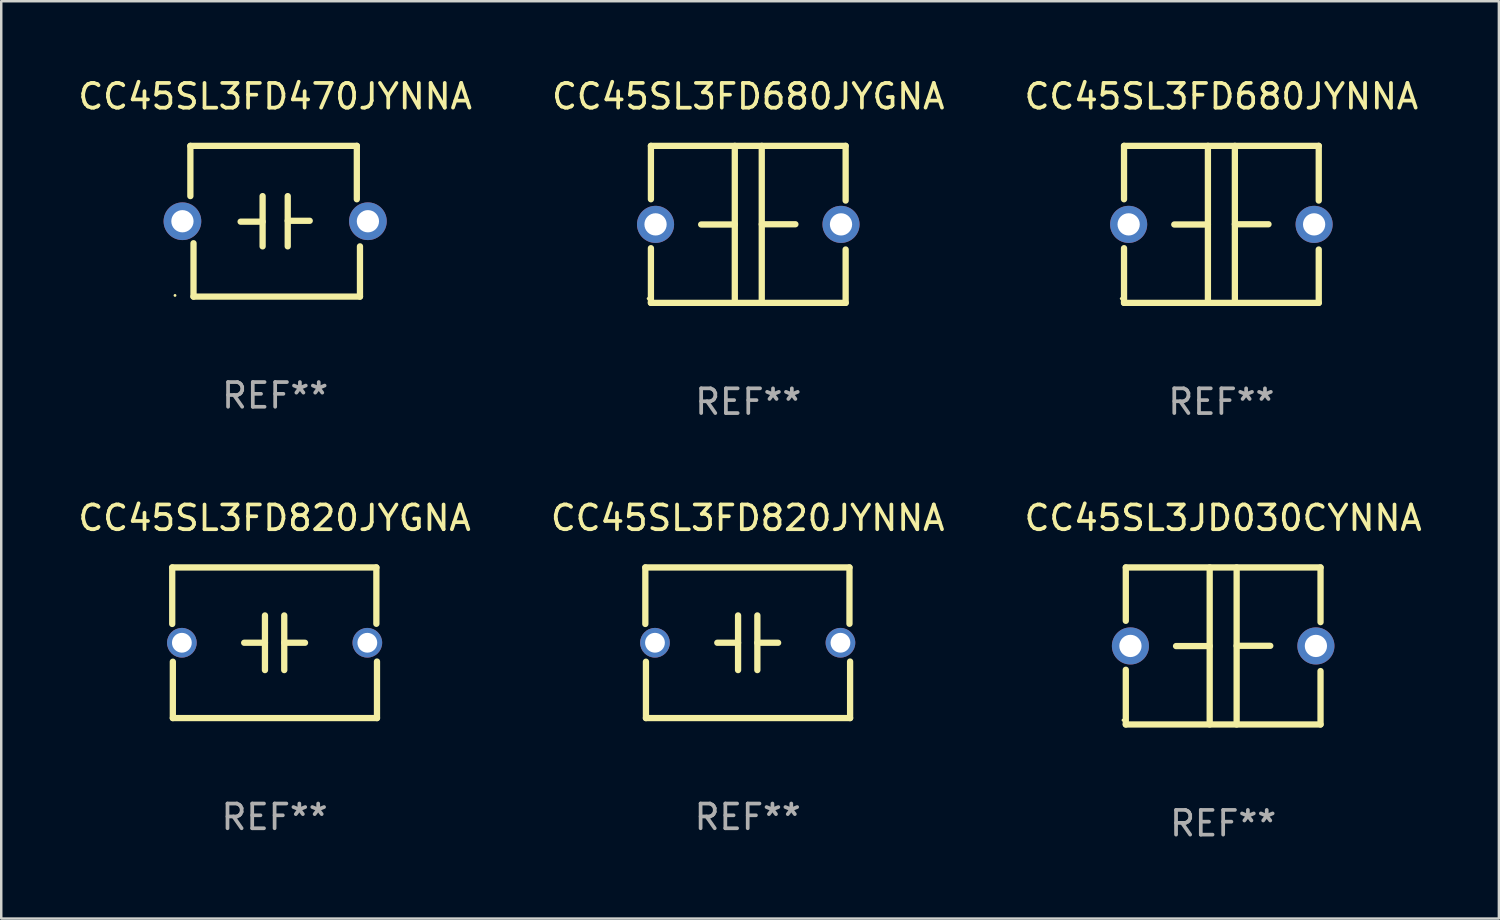
<source format=kicad_pcb>
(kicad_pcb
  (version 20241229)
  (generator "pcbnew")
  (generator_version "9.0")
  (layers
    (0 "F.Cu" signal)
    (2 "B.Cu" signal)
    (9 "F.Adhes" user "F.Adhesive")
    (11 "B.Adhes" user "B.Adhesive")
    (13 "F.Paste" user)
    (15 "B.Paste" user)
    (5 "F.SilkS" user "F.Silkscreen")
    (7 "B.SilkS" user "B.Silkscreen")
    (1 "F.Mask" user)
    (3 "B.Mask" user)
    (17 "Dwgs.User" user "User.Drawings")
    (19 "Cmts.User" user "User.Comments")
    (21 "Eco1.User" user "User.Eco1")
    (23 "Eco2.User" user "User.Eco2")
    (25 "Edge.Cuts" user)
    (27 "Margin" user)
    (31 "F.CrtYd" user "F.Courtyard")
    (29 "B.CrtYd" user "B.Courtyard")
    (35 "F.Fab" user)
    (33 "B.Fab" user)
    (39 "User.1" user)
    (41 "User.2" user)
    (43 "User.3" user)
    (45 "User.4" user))
  (footprint "CC45SL3FD820JYNNA"
    (layer "F.Cu")
    (at 27.185 22.941)
    (property "Reference" "CC45SL3FD820JYNNA" (at 0 -5.046 0) (layer "F.SilkS") (effects (font (size 1 1) (thickness 0.15))))
    (attr through_hole)
    (fp_line (start -4.14 -3.046) (end 4.115 -3.046) (stroke (width 0.254) (type solid)) (layer "F.SilkS"))
    (fp_line (start -4.14 -0.76) (end -4.14 -3.046) (stroke (width 0.254) (type solid)) (layer "F.SilkS"))
    (fp_line (start -4.115 3.046) (end -4.115 0.767) (stroke (width 0.254) (type solid)) (layer "F.SilkS"))
    (fp_line (start -0.39 0) (end -1.23 0) (stroke (width 0.254) (type solid)) (layer "F.SilkS"))
    (fp_line (start -0.39 1.105) (end -0.39 -1.105) (stroke (width 0.254) (type solid)) (layer "F.SilkS"))
    (fp_line (start 0.39 -1.105) (end 0.39 1.105) (stroke (width 0.254) (type solid)) (layer "F.SilkS"))
    (fp_line (start 0.39 0.000051) (end 1.23 0.000051) (stroke (width 0.254) (type solid)) (layer "F.SilkS"))
    (fp_line (start 4.115 -3.046) (end 4.115 -0.767) (stroke (width 0.254) (type solid)) (layer "F.SilkS"))
    (fp_line (start 4.14 0.76) (end 4.14 3.046) (stroke (width 0.254) (type solid)) (layer "F.SilkS"))
    (fp_line (start 4.14 3.046) (end -4.115 3.046) (stroke (width 0.254) (type solid)) (layer "F.SilkS"))
    (fp_circle (center -4.05 3) (end -4.02 3) (stroke (width 0.06) (type solid)) (fill no) (layer "F.SilkS"))
    (fp_text user "REF**" (at 0 7.046 0) (layer "F.Fab") (effects (font (size 1 1) (thickness 0.15))))
    (pad "1" thru_hole circle (at -3.75 0) (size 1.2 1.2) (drill 0.8) (layers "*.Cu" "*.Mask"))
    (pad "2" thru_hole circle (at 3.75 0) (size 1.2 1.2) (drill 0.8) (layers "*.Cu" "*.Mask")))
  (footprint "CC45SL3FD820JYGNA"
    (layer "F.Cu")
    (at 8.054 22.941)
    (property "Reference" "CC45SL3FD820JYGNA" (at 0 -5.046 0) (layer "F.SilkS") (effects (font (size 1 1) (thickness 0.15))))
    (attr through_hole)
    (fp_line (start -4.14 -3.046) (end 4.115 -3.046) (stroke (width 0.254) (type solid)) (layer "F.SilkS"))
    (fp_line (start -4.14 -0.76) (end -4.14 -3.046) (stroke (width 0.254) (type solid)) (layer "F.SilkS"))
    (fp_line (start -4.115 3.046) (end -4.115 0.767) (stroke (width 0.254) (type solid)) (layer "F.SilkS"))
    (fp_line (start -0.39 0) (end -1.23 0) (stroke (width 0.254) (type solid)) (layer "F.SilkS"))
    (fp_line (start -0.39 1.105) (end -0.39 -1.105) (stroke (width 0.254) (type solid)) (layer "F.SilkS"))
    (fp_line (start 0.39 -1.105) (end 0.39 1.105) (stroke (width 0.254) (type solid)) (layer "F.SilkS"))
    (fp_line (start 0.39 0.000051) (end 1.23 0.000051) (stroke (width 0.254) (type solid)) (layer "F.SilkS"))
    (fp_line (start 4.115 -3.046) (end 4.115 -0.767) (stroke (width 0.254) (type solid)) (layer "F.SilkS"))
    (fp_line (start 4.14 0.76) (end 4.14 3.046) (stroke (width 0.254) (type solid)) (layer "F.SilkS"))
    (fp_line (start 4.14 3.046) (end -4.115 3.046) (stroke (width 0.254) (type solid)) (layer "F.SilkS"))
    (fp_circle (center -4.05 3) (end -4.02 3) (stroke (width 0.06) (type solid)) (fill no) (layer "F.SilkS"))
    (fp_text user "REF**" (at 0 7.046 0) (layer "F.Fab") (effects (font (size 1 1) (thickness 0.15))))
    (pad "1" thru_hole circle (at -3.75 0) (size 1.2 1.2) (drill 0.8) (layers "*.Cu" "*.Mask"))
    (pad "2" thru_hole circle (at 3.75 0) (size 1.2 1.2) (drill 0.8) (layers "*.Cu" "*.Mask")))
  (footprint "CC45SL3FD470JYNNA"
    (layer "F.Cu")
    (at 8.077 5.896)
    (property "Reference" "CC45SL3FD470JYNNA" (at 0 -5.048 0) (layer "F.SilkS") (effects (font (size 1 1) (thickness 0.15))))
    (attr through_hole)
    (fp_line (start -3.429 -3.048) (end 3.302 -3.048) (stroke (width 0.254) (type solid)) (layer "F.SilkS"))
    (fp_line (start -3.429 -1.016) (end -3.429 -3.048) (stroke (width 0.254) (type solid)) (layer "F.SilkS"))
    (fp_line (start -3.302 3.048) (end -3.302 0.889) (stroke (width 0.254) (type solid)) (layer "F.SilkS"))
    (fp_line (start -0.508 0.018) (end -1.397 0.018) (stroke (width 0.254) (type solid)) (layer "F.SilkS"))
    (fp_line (start -0.508 1.016) (end -0.508 -1.016) (stroke (width 0.254) (type solid)) (layer "F.SilkS"))
    (fp_line (start 0.508 -1.016) (end 0.508 1.016) (stroke (width 0.254) (type solid)) (layer "F.SilkS"))
    (fp_line (start 0.508 -0.018) (end 1.397 -0.018) (stroke (width 0.254) (type solid)) (layer "F.SilkS"))
    (fp_line (start 3.302 -3.048) (end 3.302 -0.889) (stroke (width 0.254) (type solid)) (layer "F.SilkS"))
    (fp_line (start 3.429 1.016) (end 3.429 3.048) (stroke (width 0.254) (type solid)) (layer "F.SilkS"))
    (fp_line (start 3.429 3.048) (end -3.302 3.048) (stroke (width 0.254) (type solid)) (layer "F.SilkS"))
    (fp_circle (center -4.05 3) (end -4.02 3) (stroke (width 0.06) (type solid)) (fill no) (layer "F.SilkS"))
    (fp_text user "REF**" (at 0 7.048 0) (layer "F.Fab") (effects (font (size 1 1) (thickness 0.15))))
    (pad "1" thru_hole circle (at -3.75 0) (size 1.524 1.524) (drill 0.9) (layers "*.Cu" "*.Mask"))
    (pad "2" thru_hole circle (at 3.75 0) (size 1.524 1.524) (drill 0.9) (layers "*.Cu" "*.Mask")))
  (footprint "CC45SL3JD030CYNNA"
    (layer "F.Cu")
    (at 46.411 23.07)
    (property "Reference" "CC45SL3JD030CYNNA" (at 0 -5.175 0) (layer "F.SilkS") (effects (font (size 1 1) (thickness 0.15))))
    (attr through_hole)
    (fp_line (start -3.937 -3.175) (end 3.937 -3.175) (stroke (width 0.254) (type solid)) (layer "F.SilkS"))
    (fp_line (start -3.937 -1.016) (end -3.937 -3.175) (stroke (width 0.254) (type solid)) (layer "F.SilkS"))
    (fp_line (start -3.937 3.175) (end -3.937 0.963) (stroke (width 0.254) (type solid)) (layer "F.SilkS"))
    (fp_line (start -0.545 0.005) (end -1.905 0.005) (stroke (width 0.254) (type solid)) (layer "F.SilkS"))
    (fp_line (start -0.545 3.175) (end -0.545 -3.175) (stroke (width 0.254) (type solid)) (layer "F.SilkS"))
    (fp_line (start 0.545 -3.175) (end 0.545 3.175) (stroke (width 0.254) (type solid)) (layer "F.SilkS"))
    (fp_line (start 0.545 -0.005) (end 1.905 -0.005) (stroke (width 0.254) (type solid)) (layer "F.SilkS"))
    (fp_line (start 3.937 -3.175) (end 3.937 -0.963) (stroke (width 0.254) (type solid)) (layer "F.SilkS"))
    (fp_line (start 3.937 1.016) (end 3.937 3.175) (stroke (width 0.254) (type solid)) (layer "F.SilkS"))
    (fp_line (start 3.937 3.175) (end -3.937 3.175) (stroke (width 0.254) (type solid)) (layer "F.SilkS"))
    (fp_circle (center -4.05 3) (end -4.02 3) (stroke (width 0.06) (type solid)) (fill no) (layer "F.SilkS"))
    (fp_text user "REF**" (at 0 7.175 0) (layer "F.Fab") (effects (font (size 1 1) (thickness 0.15))))
    (pad "1" thru_hole circle (at -3.75 0) (size 1.5 1.5) (drill 0.9) (layers "*.Cu" "*.Mask"))
    (pad "2" thru_hole circle (at 3.75 0) (size 1.5 1.5) (drill 0.9) (layers "*.Cu" "*.Mask")))
  (footprint "CC45SL3FD680JYGNA"
    (layer "F.Cu")
    (at 27.208 6.023)
    (property "Reference" "CC45SL3FD680JYGNA" (at 0 -5.175 0) (layer "F.SilkS") (effects (font (size 1 1) (thickness 0.15))))
    (attr through_hole)
    (fp_line (start -3.937 -3.175) (end 3.937 -3.175) (stroke (width 0.254) (type solid)) (layer "F.SilkS"))
    (fp_line (start -3.937 -1.016) (end -3.937 -3.175) (stroke (width 0.254) (type solid)) (layer "F.SilkS"))
    (fp_line (start -3.937 3.175) (end -3.937 0.963) (stroke (width 0.254) (type solid)) (layer "F.SilkS"))
    (fp_line (start -0.545 0.005) (end -1.905 0.005) (stroke (width 0.254) (type solid)) (layer "F.SilkS"))
    (fp_line (start -0.545 3.175) (end -0.545 -3.175) (stroke (width 0.254) (type solid)) (layer "F.SilkS"))
    (fp_line (start 0.545 -3.175) (end 0.545 3.175) (stroke (width 0.254) (type solid)) (layer "F.SilkS"))
    (fp_line (start 0.545 -0.005) (end 1.905 -0.005) (stroke (width 0.254) (type solid)) (layer "F.SilkS"))
    (fp_line (start 3.937 -3.175) (end 3.937 -0.963) (stroke (width 0.254) (type solid)) (layer "F.SilkS"))
    (fp_line (start 3.937 1.016) (end 3.937 3.175) (stroke (width 0.254) (type solid)) (layer "F.SilkS"))
    (fp_line (start 3.937 3.175) (end -3.937 3.175) (stroke (width 0.254) (type solid)) (layer "F.SilkS"))
    (fp_circle (center -4.05 3) (end -4.02 3) (stroke (width 0.06) (type solid)) (fill no) (layer "F.SilkS"))
    (fp_text user "REF**" (at 0 7.175 0) (layer "F.Fab") (effects (font (size 1 1) (thickness 0.15))))
    (pad "1" thru_hole circle (at -3.75 0) (size 1.5 1.5) (drill 0.9) (layers "*.Cu" "*.Mask"))
    (pad "2" thru_hole circle (at 3.75 0) (size 1.5 1.5) (drill 0.9) (layers "*.Cu" "*.Mask")))
  (footprint "CC45SL3FD680JYNNA"
    (layer "F.Cu")
    (at 46.339 6.023)
    (property "Reference" "CC45SL3FD680JYNNA" (at 0 -5.175 0) (layer "F.SilkS") (effects (font (size 1 1) (thickness 0.15))))
    (attr through_hole)
    (fp_line (start -3.937 -3.175) (end 3.937 -3.175) (stroke (width 0.254) (type solid)) (layer "F.SilkS"))
    (fp_line (start -3.937 -1.016) (end -3.937 -3.175) (stroke (width 0.254) (type solid)) (layer "F.SilkS"))
    (fp_line (start -3.937 3.175) (end -3.937 0.963) (stroke (width 0.254) (type solid)) (layer "F.SilkS"))
    (fp_line (start -0.545 0.005) (end -1.905 0.005) (stroke (width 0.254) (type solid)) (layer "F.SilkS"))
    (fp_line (start -0.545 3.175) (end -0.545 -3.175) (stroke (width 0.254) (type solid)) (layer "F.SilkS"))
    (fp_line (start 0.545 -3.175) (end 0.545 3.175) (stroke (width 0.254) (type solid)) (layer "F.SilkS"))
    (fp_line (start 0.545 -0.005) (end 1.905 -0.005) (stroke (width 0.254) (type solid)) (layer "F.SilkS"))
    (fp_line (start 3.937 -3.175) (end 3.937 -0.963) (stroke (width 0.254) (type solid)) (layer "F.SilkS"))
    (fp_line (start 3.937 1.016) (end 3.937 3.175) (stroke (width 0.254) (type solid)) (layer "F.SilkS"))
    (fp_line (start 3.937 3.175) (end -3.937 3.175) (stroke (width 0.254) (type solid)) (layer "F.SilkS"))
    (fp_circle (center -4.05 3) (end -4.02 3) (stroke (width 0.06) (type solid)) (fill no) (layer "F.SilkS"))
    (fp_text user "REF**" (at 0 7.175 0) (layer "F.Fab") (effects (font (size 1 1) (thickness 0.15))))
    (pad "1" thru_hole circle (at -3.75 0) (size 1.5 1.5) (drill 0.9) (layers "*.Cu" "*.Mask"))
    (pad "2" thru_hole circle (at 3.75 0) (size 1.5 1.5) (drill 0.9) (layers "*.Cu" "*.Mask")))
  (gr_rect
    (start -3 -3)
    (end 57.56 34.093)
    (stroke (width 0.1) (type default))
    (fill no)
    (layer "Edge.Cuts")))
</source>
